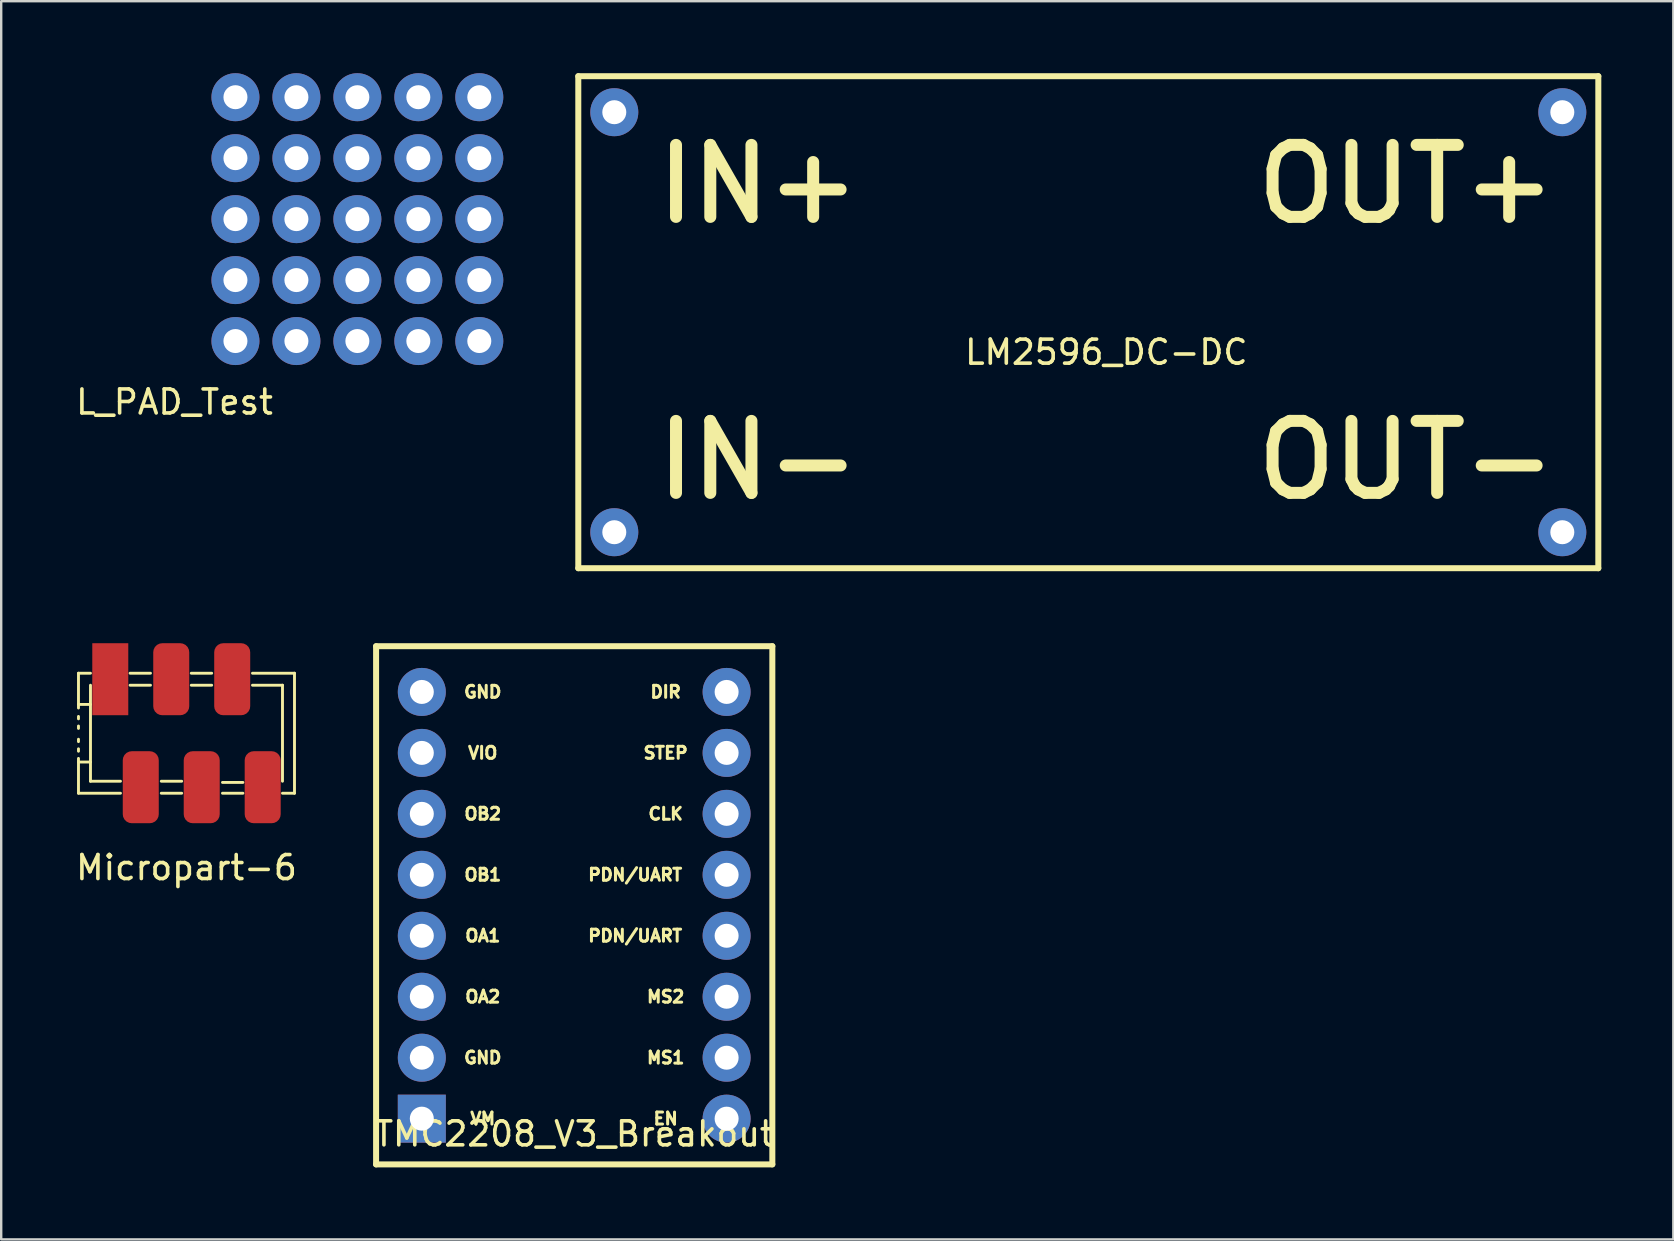
<source format=kicad_pcb>
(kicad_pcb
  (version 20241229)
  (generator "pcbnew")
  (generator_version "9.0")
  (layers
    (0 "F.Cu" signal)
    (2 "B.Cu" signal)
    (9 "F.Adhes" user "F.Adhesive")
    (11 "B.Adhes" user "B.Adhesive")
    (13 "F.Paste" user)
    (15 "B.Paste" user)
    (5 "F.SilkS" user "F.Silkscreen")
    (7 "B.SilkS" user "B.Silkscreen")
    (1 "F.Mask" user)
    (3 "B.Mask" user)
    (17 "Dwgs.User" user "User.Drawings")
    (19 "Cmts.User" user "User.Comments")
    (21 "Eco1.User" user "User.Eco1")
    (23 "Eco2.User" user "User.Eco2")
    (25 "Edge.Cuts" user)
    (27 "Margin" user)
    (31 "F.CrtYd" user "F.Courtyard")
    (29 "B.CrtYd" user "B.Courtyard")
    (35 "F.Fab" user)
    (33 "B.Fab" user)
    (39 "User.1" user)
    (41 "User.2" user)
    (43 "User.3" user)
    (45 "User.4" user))
  (footprint "TMC2208_V3_Breakout"
    (layer "F.Cu")
    (at 14.525 43.56)
    (property "Reference" "TMC2208_V3_Breakout" (at 6.35 0.635 0) (layer "F.SilkS") (effects (font (size 1 1) (thickness 0.15))))
    (attr through_hole)
    (fp_line (start -1.905 -19.685) (end -1.905 1.905) (stroke (width 0.25) (type solid)) (layer "F.SilkS"))
    (fp_line (start -1.905 1.905) (end 14.605 1.905) (stroke (width 0.25) (type solid)) (layer "F.SilkS"))
    (fp_line (start 14.605 -19.685) (end -1.905 -19.685) (stroke (width 0.25) (type solid)) (layer "F.SilkS"))
    (fp_line (start 14.605 1.905) (end 14.605 -19.685) (stroke (width 0.25) (type solid)) (layer "F.SilkS"))
    (fp_text user "PDN/UART" (at 8.89 -10.16 0) (layer "F.SilkS") (effects (font (size 0.5 0.5) (thickness 0.125))))
    (fp_text user "CLK" (at 10.16 -12.7 0) (layer "F.SilkS") (effects (font (size 0.5 0.5) (thickness 0.125))))
    (fp_text user "OB2" (at 2.54 -12.7 0) (layer "F.SilkS") (effects (font (size 0.5 0.5) (thickness 0.125))))
    (fp_text user "MS1" (at 10.16 -2.54 0) (layer "F.SilkS") (effects (font (size 0.5 0.5) (thickness 0.125))))
    (fp_text user "MS2" (at 10.16 -5.08 0) (layer "F.SilkS") (effects (font (size 0.5 0.5) (thickness 0.125))))
    (fp_text user "PDN/UART" (at 8.89 -7.62 0) (layer "F.SilkS") (effects (font (size 0.5 0.5) (thickness 0.125))))
    (fp_text user "OA1" (at 2.54 -7.62 0) (layer "F.SilkS") (effects (font (size 0.5 0.5) (thickness 0.125))))
    (fp_text user "OA2" (at 2.54 -5.08 0) (layer "F.SilkS") (effects (font (size 0.5 0.5) (thickness 0.125))))
    (fp_text user "EN" (at 10.16 0 0) (layer "F.SilkS") (effects (font (size 0.5 0.5) (thickness 0.125))))
    (fp_text user "GND" (at 2.54 -2.54 0) (layer "F.SilkS") (effects (font (size 0.5 0.5) (thickness 0.125))))
    (fp_text user "OB1" (at 2.54 -10.16 0) (layer "F.SilkS") (effects (font (size 0.5 0.5) (thickness 0.125))))
    (fp_text user "DIR" (at 10.16 -17.78 0) (layer "F.SilkS") (effects (font (size 0.5 0.5) (thickness 0.125))))
    (fp_text user "VM" (at 2.54 0 0) (layer "F.SilkS") (effects (font (size 0.5 0.5) (thickness 0.125))))
    (fp_text user "STEP" (at 10.16 -15.24 0) (layer "F.SilkS") (effects (font (size 0.5 0.5) (thickness 0.125))))
    (fp_text user "GND" (at 2.54 -17.78 0) (layer "F.SilkS") (effects (font (size 0.5 0.5) (thickness 0.125))))
    (fp_text user "VIO" (at 2.54 -15.24 0) (layer "F.SilkS") (effects (font (size 0.5 0.5) (thickness 0.125))))
    (pad "1" thru_hole rect (at 0 0) (size 2 2) (drill 1) (layers "*.Cu" "*.Mask"))
    (pad "2" thru_hole circle (at 0 -2.54) (size 2 2) (drill 1) (layers "*.Cu" "*.Mask"))
    (pad "3" thru_hole circle (at 0 -5.08) (size 2 2) (drill 1) (layers "*.Cu" "*.Mask"))
    (pad "4" thru_hole circle (at 0 -7.62) (size 2 2) (drill 1) (layers "*.Cu" "*.Mask"))
    (pad "5" thru_hole circle (at 0 -10.16) (size 2 2) (drill 1) (layers "*.Cu" "*.Mask"))
    (pad "6" thru_hole circle (at 0 -12.7) (size 2 2) (drill 1) (layers "*.Cu" "*.Mask"))
    (pad "7" thru_hole circle (at 0 -15.24) (size 2 2) (drill 1) (layers "*.Cu" "*.Mask"))
    (pad "8" thru_hole circle (at 0 -17.78) (size 2 2) (drill 1) (layers "*.Cu" "*.Mask"))
    (pad "9" thru_hole circle (at 12.7 -17.78) (size 2 2) (drill 1) (layers "*.Cu" "*.Mask"))
    (pad "10" thru_hole circle (at 12.7 -15.24) (size 2 2) (drill 1) (layers "*.Cu" "*.Mask"))
    (pad "11" thru_hole circle (at 12.7 -12.7) (size 2 2) (drill 1) (layers "*.Cu" "*.Mask"))
    (pad "12" thru_hole circle (at 12.7 -10.16) (size 2 2) (drill 1) (layers "*.Cu" "*.Mask"))
    (pad "13" thru_hole circle (at 12.7 -7.62) (size 2 2) (drill 1) (layers "*.Cu" "*.Mask"))
    (pad "14" thru_hole circle (at 12.7 -5.08) (size 2 2) (drill 1) (layers "*.Cu" "*.Mask"))
    (pad "15" thru_hole circle (at 12.7 -2.54) (size 2 2) (drill 1) (layers "*.Cu" "*.Mask"))
    (pad "16" thru_hole circle (at 12.7 0) (size 2 2) (drill 1) (layers "*.Cu" "*.Mask")))
  (footprint "LM2596_DC-DC"
    (layer "F.Cu")
    (at 22.545 19.125)
    (property "Reference" "LM2596_DC-DC" (at 20.5 -7.5 0) (layer "F.SilkS") (effects (font (size 1 1) (thickness 0.15))))
    (attr through_hole)
    (fp_line (start -1.5 -19) (end -1.5 1.5) (stroke (width 0.25) (type solid)) (layer "F.SilkS"))
    (fp_line (start -1.5 1.5) (end 41 1.5) (stroke (width 0.25) (type solid)) (layer "F.SilkS"))
    (fp_line (start 41 -19) (end -1.5 -19) (stroke (width 0.25) (type solid)) (layer "F.SilkS"))
    (fp_line (start 41 1.5) (end 41 -19) (stroke (width 0.25) (type solid)) (layer "F.SilkS"))
    (fp_text user "IN+" (at 6 -14.5 0) (layer "F.SilkS") (effects (font (size 3 3) (thickness 0.5))))
    (fp_text user "IN-" (at 6 -3 0) (layer "F.SilkS") (effects (font (size 3 3) (thickness 0.5))))
    (fp_text user "OUT+" (at 33 -14.5 0) (layer "F.SilkS") (effects (font (size 3 3) (thickness 0.5))))
    (fp_text user "OUT-" (at 33 -3 0) (unlocked yes) (layer "F.SilkS") (effects (font (size 3 3) (thickness 0.5))))
    (pad "1" thru_hole circle (at 0 0) (size 2 2) (drill 1) (layers "*.Cu" "*.Mask"))
    (pad "2" thru_hole circle (at 0 -17.5) (size 2 2) (drill 1) (layers "*.Cu" "*.Mask"))
    (pad "3" thru_hole circle (at 39.5 -17.5) (size 2 2) (drill 1) (layers "*.Cu" "*.Mask"))
    (pad "4" thru_hole circle (at 39.5 0) (size 2 2) (drill 1) (layers "*.Cu" "*.Mask")))
  (footprint "L_PAD_Test"
    (layer "F.Cu")
    (at 6.76 11.16)
    (property "Reference" "L_PAD_Test" (at -2.54 2.54 0) (layer "F.SilkS") (effects (font (size 1 1) (thickness 0.15))))
    (attr through_hole)
    (pad "" thru_hole circle (at 0 -10.16) (size 2 2) (drill 1) (layers "B.Cu" "B.Mask"))
    (pad "" thru_hole circle (at 0 -7.62) (size 2 2) (drill 1) (layers "B.Cu" "B.Mask"))
    (pad "" thru_hole circle (at 0 -5.08) (size 2 2) (drill 1) (layers "B.Cu" "B.Mask"))
    (pad "" thru_hole circle (at 0 -2.54) (size 2 2) (drill 1) (layers "B.Cu" "B.Mask"))
    (pad "" thru_hole circle (at 0 0) (size 2 2) (drill 1) (layers "B.Cu" "B.Mask"))
    (pad "" thru_hole circle (at 2.54 -10.16) (size 2 2) (drill 1) (layers "B.Cu" "B.Mask"))
    (pad "" thru_hole circle (at 2.54 -7.62) (size 2 2) (drill 1) (layers "B.Cu" "B.Mask"))
    (pad "" thru_hole circle (at 2.54 -5.08) (size 2 2) (drill 1) (layers "B.Cu" "B.Mask"))
    (pad "" thru_hole circle (at 2.54 -2.54) (size 2 2) (drill 1) (layers "B.Cu" "B.Mask"))
    (pad "" thru_hole circle (at 2.54 0) (size 2 2) (drill 1) (layers "B.Cu" "B.Mask"))
    (pad "" thru_hole circle (at 5.08 -10.16) (size 2 2) (drill 1) (layers "B.Cu" "B.Mask"))
    (pad "" thru_hole circle (at 5.08 -7.62) (size 2 2) (drill 1) (layers "B.Cu" "B.Mask"))
    (pad "" thru_hole circle (at 5.08 -5.08) (size 2 2) (drill 1) (layers "B.Cu" "B.Mask"))
    (pad "" thru_hole circle (at 5.08 -2.54) (size 2 2) (drill 1) (layers "B.Cu" "B.Mask"))
    (pad "" thru_hole circle (at 5.08 0) (size 2 2) (drill 1) (layers "B.Cu" "B.Mask"))
    (pad "" thru_hole circle (at 7.62 -10.16) (size 2 2) (drill 1) (layers "B.Cu" "B.Mask"))
    (pad "" thru_hole circle (at 7.62 -7.62) (size 2 2) (drill 1) (layers "B.Cu" "B.Mask"))
    (pad "" thru_hole circle (at 7.62 -5.08) (size 2 2) (drill 1) (layers "B.Cu" "B.Mask"))
    (pad "" thru_hole circle (at 7.62 -2.54) (size 2 2) (drill 1) (layers "B.Cu" "B.Mask"))
    (pad "" thru_hole circle (at 7.62 0) (size 2 2) (drill 1) (layers "B.Cu" "B.Mask"))
    (pad "" thru_hole circle (at 10.16 -10.16) (size 2 2) (drill 1) (layers "B.Cu" "B.Mask"))
    (pad "" thru_hole circle (at 10.16 -7.62) (size 2 2) (drill 1) (layers "B.Cu" "B.Mask"))
    (pad "" thru_hole circle (at 10.16 -5.08) (size 2 2) (drill 1) (layers "B.Cu" "B.Mask"))
    (pad "" thru_hole circle (at 10.16 -2.54) (size 2 2) (drill 1) (layers "B.Cu" "B.Mask"))
    (pad "" thru_hole circle (at 10.16 0) (size 2 2) (drill 1) (layers "B.Cu" "B.Mask")))
  (footprint "Micropart-6"
    (layer "F.Cu")
    (at 4.72 27.5)
    (property "Reference" "Micropart-6" (at 0 5.6 0) (layer "F.SilkS") (effects (font (size 1 1) (thickness 0.15))))
    (attr through_hole)
    (fp_line (start -4.5 -2.5) (end -4.5 -1.2) (stroke (width 0.12) (type solid)) (layer "F.SilkS"))
    (fp_line (start -4.5 -2.5) (end -4 -2.5) (stroke (width 0.12) (type solid)) (layer "F.SilkS"))
    (fp_line (start -4.5 -1.15) (end -4.5 -1.05) (stroke (width 0.12) (type solid)) (layer "F.SilkS"))
    (fp_line (start -4.5 -0.7) (end -4.5 -0.6) (stroke (width 0.12) (type solid)) (layer "F.SilkS"))
    (fp_line (start -4.5 -0.3) (end -4.5 -0.2) (stroke (width 0.12) (type solid)) (layer "F.SilkS"))
    (fp_line (start -4.5 0.25) (end -4.5 0.35) (stroke (width 0.12) (type solid)) (layer "F.SilkS"))
    (fp_line (start -4.5 0.65) (end -4.5 0.75) (stroke (width 0.12) (type solid)) (layer "F.SilkS"))
    (fp_line (start -4.5 1.05) (end -4.5 1.15) (stroke (width 0.12) (type solid)) (layer "F.SilkS"))
    (fp_line (start -4.5 1.2) (end -4.5 2.5) (stroke (width 0.12) (type solid)) (layer "F.SilkS"))
    (fp_line (start -4.5 2.5) (end -2.75 2.5) (stroke (width 0.12) (type solid)) (layer "F.SilkS"))
    (fp_line (start -4 -2) (end -4 2) (stroke (width 0.12) (type solid)) (layer "F.SilkS"))
    (fp_line (start -4 -1.2) (end -4.5 -1.2) (stroke (width 0.12) (type solid)) (layer "F.SilkS"))
    (fp_line (start -4 1.2) (end -4.5 1.2) (stroke (width 0.12) (type solid)) (layer "F.SilkS"))
    (fp_line (start -4 2) (end -2.75 2) (stroke (width 0.12) (type solid)) (layer "F.SilkS"))
    (fp_line (start -2.35 -2.5) (end -1.5 -2.5) (stroke (width 0.12) (type solid)) (layer "F.SilkS"))
    (fp_line (start -2.35 -2) (end -1.5 -2) (stroke (width 0.12) (type solid)) (layer "F.SilkS"))
    (fp_line (start -1.05 2) (end -0.2 2) (stroke (width 0.12) (type solid)) (layer "F.SilkS"))
    (fp_line (start -1.05 2.5) (end -0.2 2.5) (stroke (width 0.12) (type solid)) (layer "F.SilkS"))
    (fp_line (start 0.2 -2.5) (end 1.05 -2.5) (stroke (width 0.12) (type solid)) (layer "F.SilkS"))
    (fp_line (start 0.2 -2) (end 1.05 -2) (stroke (width 0.12) (type solid)) (layer "F.SilkS"))
    (fp_line (start 1.5 2.05) (end 2.35 2.05) (stroke (width 0.12) (type solid)) (layer "F.SilkS"))
    (fp_line (start 1.5 2.5) (end 2.35 2.5) (stroke (width 0.12) (type solid)) (layer "F.SilkS"))
    (fp_line (start 2.75 -2.5) (end 4.5 -2.5) (stroke (width 0.12) (type solid)) (layer "F.SilkS"))
    (fp_line (start 2.75 -2) (end 4 -2) (stroke (width 0.12) (type solid)) (layer "F.SilkS"))
    (fp_line (start 4 -2) (end 4 2) (stroke (width 0.12) (type solid)) (layer "F.SilkS"))
    (fp_line (start 4 2.5) (end 4.5 2.5) (stroke (width 0.12) (type solid)) (layer "F.SilkS"))
    (fp_line (start 4.5 2.5) (end 4.5 -2.5) (stroke (width 0.12) (type solid)) (layer "F.SilkS"))
    (pad "1" smd rect (at -3.175 -2.25) (size 1.5 3) (layers "F.Cu" "F.Mask" "F.Paste"))
    (pad "2" smd roundrect (at -1.905 2.25) (size 1.5 3) (layers "F.Cu" "F.Mask" "F.Paste") (roundrect_rratio 0.25))
    (pad "3" smd roundrect (at -0.635 -2.25) (size 1.5 3) (layers "F.Cu" "F.Mask" "F.Paste") (roundrect_rratio 0.25))
    (pad "4" smd roundrect (at 0.635 2.25) (size 1.5 3) (layers "F.Cu" "F.Mask" "F.Paste") (roundrect_rratio 0.25))
    (pad "5" smd roundrect (at 1.905 -2.25) (size 1.5 3) (layers "F.Cu" "F.Mask" "F.Paste") (roundrect_rratio 0.25))
    (pad "6" smd roundrect (at 3.175 2.25) (size 1.5 3) (layers "F.Cu" "F.Mask" "F.Paste") (roundrect_rratio 0.25)))
  (gr_rect
    (start -3 -3)
    (end 66.67 48.59)
    (stroke (width 0.1) (type default))
    (fill no)
    (layer "Edge.Cuts")))
</source>
